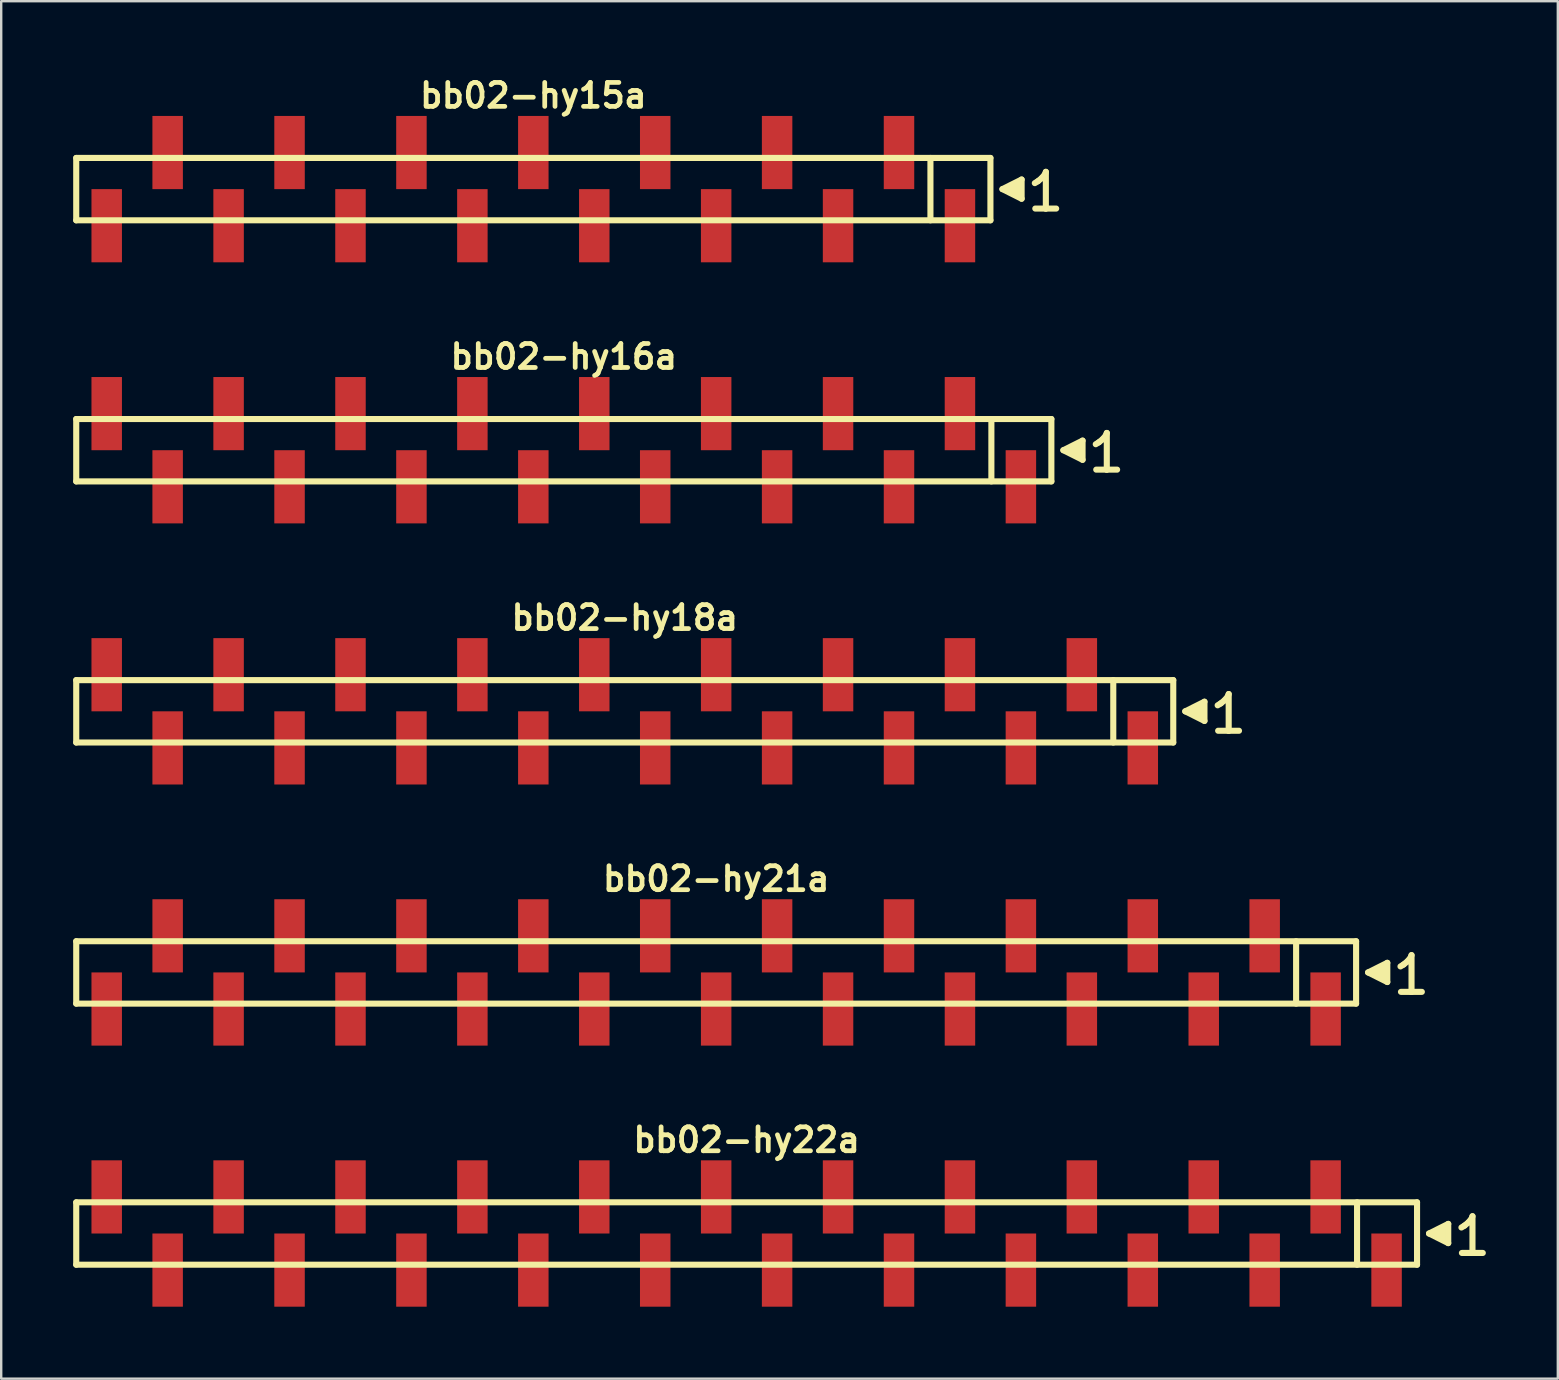
<source format=kicad_pcb>
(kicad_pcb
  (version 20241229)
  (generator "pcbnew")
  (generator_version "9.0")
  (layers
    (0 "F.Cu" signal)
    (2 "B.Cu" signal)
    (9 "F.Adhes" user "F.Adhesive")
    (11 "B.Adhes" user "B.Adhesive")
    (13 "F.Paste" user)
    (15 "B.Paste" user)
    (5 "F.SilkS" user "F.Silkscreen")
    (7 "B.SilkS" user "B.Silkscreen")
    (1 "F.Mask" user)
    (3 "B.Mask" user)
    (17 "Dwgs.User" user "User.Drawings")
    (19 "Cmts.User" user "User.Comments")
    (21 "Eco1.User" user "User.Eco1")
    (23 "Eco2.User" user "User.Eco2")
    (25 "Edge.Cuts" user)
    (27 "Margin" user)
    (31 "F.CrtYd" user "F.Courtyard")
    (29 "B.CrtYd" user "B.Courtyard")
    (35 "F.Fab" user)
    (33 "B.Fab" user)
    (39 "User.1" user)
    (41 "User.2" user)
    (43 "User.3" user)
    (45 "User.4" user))
  (footprint "bb02-hy18a"
    (layer "F.Cu")
    (at 22.987 26.595)
    (property "Reference" "bb02-hy18a" (at 0 -3.9 0) (layer "F.SilkS") (effects (font (size 0.998 0.998) (thickness 0.198))))
    (attr through_hole)
    (fp_line (start -22.86 -1.3) (end 22.86 -1.3) (stroke (width 0.254) (type solid)) (layer "F.SilkS"))
    (fp_line (start -22.86 1.3) (end -22.86 -1.3) (stroke (width 0.254) (type solid)) (layer "F.SilkS"))
    (fp_line (start 20.36 1.3) (end 20.36 -1.3) (stroke (width 0.254) (type solid)) (layer "F.SilkS"))
    (fp_line (start 22.86 -1.3) (end 22.86 1.3) (stroke (width 0.254) (type solid)) (layer "F.SilkS"))
    (fp_line (start 22.86 1.3) (end -22.86 1.3) (stroke (width 0.254) (type solid)) (layer "F.SilkS"))
    (fp_line (start 23.36 0) (end 24.16 0.4) (stroke (width 0.254) (type solid)) (layer "F.SilkS"))
    (fp_line (start 23.66 0.1) (end 23.66 -0.1) (stroke (width 0.254) (type solid)) (layer "F.SilkS"))
    (fp_line (start 23.76 -0.1) (end 23.76 0.1) (stroke (width 0.254) (type solid)) (layer "F.SilkS"))
    (fp_line (start 23.86 0.2) (end 23.86 -0.2) (stroke (width 0.254) (type solid)) (layer "F.SilkS"))
    (fp_line (start 23.96 -0.2) (end 23.96 0.2) (stroke (width 0.254) (type solid)) (layer "F.SilkS"))
    (fp_line (start 24.06 0.3) (end 24.06 -0.3) (stroke (width 0.254) (type solid)) (layer "F.SilkS"))
    (fp_line (start 24.16 -0.4) (end 23.36 0) (stroke (width 0.254) (type solid)) (layer "F.SilkS"))
    (fp_line (start 24.16 0.4) (end 24.16 -0.4) (stroke (width 0.254) (type solid)) (layer "F.SilkS"))
    (fp_line (start 24.71 -0.25) (end 24.84 -0.33) (stroke (width 0.254) (type solid)) (layer "F.SilkS"))
    (fp_line (start 24.84 -0.33) (end 25 -0.46) (stroke (width 0.254) (type solid)) (layer "F.SilkS"))
    (fp_line (start 25 -0.46) (end 25.14 -0.63) (stroke (width 0.254) (type solid)) (layer "F.SilkS"))
    (fp_line (start 25.14 -0.63) (end 25.17 -0.72) (stroke (width 0.254) (type solid)) (layer "F.SilkS"))
    (fp_line (start 25.17 -0.72) (end 25.17 0.81) (stroke (width 0.254) (type solid)) (layer "F.SilkS"))
    (fp_line (start 25.17 0.81) (end 24.73 0.81) (stroke (width 0.254) (type solid)) (layer "F.SilkS"))
    (fp_line (start 25.6 0.81) (end 25.16 0.81) (stroke (width 0.254) (type solid)) (layer "F.SilkS"))
    (pad "1" smd rect (at 21.59 1.525) (size 1.27 3.05) (layers "F.Cu" "F.Mask" "F.Paste"))
    (pad "2" smd rect (at 19.05 -1.525) (size 1.27 3.05) (layers "F.Cu" "F.Mask" "F.Paste"))
    (pad "3" smd rect (at 16.51 1.525) (size 1.27 3.05) (layers "F.Cu" "F.Mask" "F.Paste"))
    (pad "4" smd rect (at 13.97 -1.525) (size 1.27 3.05) (layers "F.Cu" "F.Mask" "F.Paste"))
    (pad "5" smd rect (at 11.43 1.525) (size 1.27 3.05) (layers "F.Cu" "F.Mask" "F.Paste"))
    (pad "6" smd rect (at 8.89 -1.525) (size 1.27 3.05) (layers "F.Cu" "F.Mask" "F.Paste"))
    (pad "7" smd rect (at 6.35 1.525) (size 1.27 3.05) (layers "F.Cu" "F.Mask" "F.Paste"))
    (pad "8" smd rect (at 3.81 -1.525) (size 1.27 3.05) (layers "F.Cu" "F.Mask" "F.Paste"))
    (pad "9" smd rect (at 1.27 1.525) (size 1.27 3.05) (layers "F.Cu" "F.Mask" "F.Paste"))
    (pad "10" smd rect (at -1.27 -1.525) (size 1.27 3.05) (layers "F.Cu" "F.Mask" "F.Paste"))
    (pad "11" smd rect (at -3.81 1.525) (size 1.27 3.05) (layers "F.Cu" "F.Mask" "F.Paste"))
    (pad "12" smd rect (at -6.35 -1.525) (size 1.27 3.05) (layers "F.Cu" "F.Mask" "F.Paste"))
    (pad "13" smd rect (at -8.89 1.525) (size 1.27 3.05) (layers "F.Cu" "F.Mask" "F.Paste"))
    (pad "14" smd rect (at -11.43 -1.525) (size 1.27 3.05) (layers "F.Cu" "F.Mask" "F.Paste"))
    (pad "15" smd rect (at -13.97 1.525) (size 1.27 3.05) (layers "F.Cu" "F.Mask" "F.Paste"))
    (pad "16" smd rect (at -16.51 -1.525) (size 1.27 3.05) (layers "F.Cu" "F.Mask" "F.Paste"))
    (pad "17" smd rect (at -19.05 1.525) (size 1.27 3.05) (layers "F.Cu" "F.Mask" "F.Paste"))
    (pad "18" smd rect (at -21.59 -1.525) (size 1.27 3.05) (layers "F.Cu" "F.Mask" "F.Paste")))
  (footprint "bb02-hy21a"
    (layer "F.Cu")
    (at 26.797 37.477)
    (property "Reference" "bb02-hy21a" (at 0 -3.9 0) (layer "F.SilkS") (effects (font (size 0.998 0.998) (thickness 0.198))))
    (attr through_hole)
    (fp_line (start -26.67 -1.3) (end 26.67 -1.3) (stroke (width 0.254) (type solid)) (layer "F.SilkS"))
    (fp_line (start -26.67 1.3) (end -26.67 -1.3) (stroke (width 0.254) (type solid)) (layer "F.SilkS"))
    (fp_line (start 24.17 1.3) (end 24.17 -1.3) (stroke (width 0.254) (type solid)) (layer "F.SilkS"))
    (fp_line (start 26.67 -1.3) (end 26.67 1.3) (stroke (width 0.254) (type solid)) (layer "F.SilkS"))
    (fp_line (start 26.67 1.3) (end -26.67 1.3) (stroke (width 0.254) (type solid)) (layer "F.SilkS"))
    (fp_line (start 27.17 0) (end 27.97 0.4) (stroke (width 0.254) (type solid)) (layer "F.SilkS"))
    (fp_line (start 27.47 0.1) (end 27.47 -0.1) (stroke (width 0.254) (type solid)) (layer "F.SilkS"))
    (fp_line (start 27.57 -0.1) (end 27.57 0.1) (stroke (width 0.254) (type solid)) (layer "F.SilkS"))
    (fp_line (start 27.67 0.2) (end 27.67 -0.2) (stroke (width 0.254) (type solid)) (layer "F.SilkS"))
    (fp_line (start 27.77 -0.2) (end 27.77 0.2) (stroke (width 0.254) (type solid)) (layer "F.SilkS"))
    (fp_line (start 27.87 0.3) (end 27.87 -0.3) (stroke (width 0.254) (type solid)) (layer "F.SilkS"))
    (fp_line (start 27.97 -0.4) (end 27.17 0) (stroke (width 0.254) (type solid)) (layer "F.SilkS"))
    (fp_line (start 27.97 0.4) (end 27.97 -0.4) (stroke (width 0.254) (type solid)) (layer "F.SilkS"))
    (fp_line (start 28.52 -0.25) (end 28.65 -0.33) (stroke (width 0.254) (type solid)) (layer "F.SilkS"))
    (fp_line (start 28.65 -0.33) (end 28.81 -0.46) (stroke (width 0.254) (type solid)) (layer "F.SilkS"))
    (fp_line (start 28.81 -0.46) (end 28.95 -0.63) (stroke (width 0.254) (type solid)) (layer "F.SilkS"))
    (fp_line (start 28.95 -0.63) (end 28.98 -0.72) (stroke (width 0.254) (type solid)) (layer "F.SilkS"))
    (fp_line (start 28.98 -0.72) (end 28.98 0.81) (stroke (width 0.254) (type solid)) (layer "F.SilkS"))
    (fp_line (start 28.98 0.81) (end 28.54 0.81) (stroke (width 0.254) (type solid)) (layer "F.SilkS"))
    (fp_line (start 29.41 0.81) (end 28.97 0.81) (stroke (width 0.254) (type solid)) (layer "F.SilkS"))
    (pad "1" smd rect (at 25.4 1.525) (size 1.27 3.05) (layers "F.Cu" "F.Mask" "F.Paste"))
    (pad "2" smd rect (at 22.86 -1.525) (size 1.27 3.05) (layers "F.Cu" "F.Mask" "F.Paste"))
    (pad "3" smd rect (at 20.32 1.525) (size 1.27 3.05) (layers "F.Cu" "F.Mask" "F.Paste"))
    (pad "4" smd rect (at 17.78 -1.525) (size 1.27 3.05) (layers "F.Cu" "F.Mask" "F.Paste"))
    (pad "5" smd rect (at 15.24 1.525) (size 1.27 3.05) (layers "F.Cu" "F.Mask" "F.Paste"))
    (pad "6" smd rect (at 12.7 -1.525) (size 1.27 3.05) (layers "F.Cu" "F.Mask" "F.Paste"))
    (pad "7" smd rect (at 10.16 1.525) (size 1.27 3.05) (layers "F.Cu" "F.Mask" "F.Paste"))
    (pad "8" smd rect (at 7.62 -1.525) (size 1.27 3.05) (layers "F.Cu" "F.Mask" "F.Paste"))
    (pad "9" smd rect (at 5.08 1.525) (size 1.27 3.05) (layers "F.Cu" "F.Mask" "F.Paste"))
    (pad "10" smd rect (at 2.54 -1.525) (size 1.27 3.05) (layers "F.Cu" "F.Mask" "F.Paste"))
    (pad "11" smd rect (at 0 1.525) (size 1.27 3.05) (layers "F.Cu" "F.Mask" "F.Paste"))
    (pad "12" smd rect (at -2.54 -1.525) (size 1.27 3.05) (layers "F.Cu" "F.Mask" "F.Paste"))
    (pad "13" smd rect (at -5.08 1.525) (size 1.27 3.05) (layers "F.Cu" "F.Mask" "F.Paste"))
    (pad "14" smd rect (at -7.62 -1.525) (size 1.27 3.05) (layers "F.Cu" "F.Mask" "F.Paste"))
    (pad "15" smd rect (at -10.16 1.525) (size 1.27 3.05) (layers "F.Cu" "F.Mask" "F.Paste"))
    (pad "16" smd rect (at -12.7 -1.525) (size 1.27 3.05) (layers "F.Cu" "F.Mask" "F.Paste"))
    (pad "17" smd rect (at -15.24 1.525) (size 1.27 3.05) (layers "F.Cu" "F.Mask" "F.Paste"))
    (pad "18" smd rect (at -17.78 -1.525) (size 1.27 3.05) (layers "F.Cu" "F.Mask" "F.Paste"))
    (pad "19" smd rect (at -20.32 1.525) (size 1.27 3.05) (layers "F.Cu" "F.Mask" "F.Paste"))
    (pad "20" smd rect (at -22.86 -1.525) (size 1.27 3.05) (layers "F.Cu" "F.Mask" "F.Paste"))
    (pad "21" smd rect (at -25.4 1.525) (size 1.27 3.05) (layers "F.Cu" "F.Mask" "F.Paste")))
  (footprint "bb02-hy16a"
    (layer "F.Cu")
    (at 20.447 15.713)
    (property "Reference" "bb02-hy16a" (at 0 -3.9 0) (layer "F.SilkS") (effects (font (size 0.998 0.998) (thickness 0.198))))
    (attr through_hole)
    (fp_line (start -20.32 -1.3) (end 20.32 -1.3) (stroke (width 0.254) (type solid)) (layer "F.SilkS"))
    (fp_line (start -20.32 1.3) (end -20.32 -1.3) (stroke (width 0.254) (type solid)) (layer "F.SilkS"))
    (fp_line (start 17.82 1.3) (end 17.82 -1.3) (stroke (width 0.254) (type solid)) (layer "F.SilkS"))
    (fp_line (start 20.32 -1.3) (end 20.32 1.3) (stroke (width 0.254) (type solid)) (layer "F.SilkS"))
    (fp_line (start 20.32 1.3) (end -20.32 1.3) (stroke (width 0.254) (type solid)) (layer "F.SilkS"))
    (fp_line (start 20.82 0) (end 21.62 0.4) (stroke (width 0.254) (type solid)) (layer "F.SilkS"))
    (fp_line (start 21.12 0.1) (end 21.12 -0.1) (stroke (width 0.254) (type solid)) (layer "F.SilkS"))
    (fp_line (start 21.22 -0.1) (end 21.22 0.1) (stroke (width 0.254) (type solid)) (layer "F.SilkS"))
    (fp_line (start 21.32 0.2) (end 21.32 -0.2) (stroke (width 0.254) (type solid)) (layer "F.SilkS"))
    (fp_line (start 21.42 -0.2) (end 21.42 0.2) (stroke (width 0.254) (type solid)) (layer "F.SilkS"))
    (fp_line (start 21.52 0.3) (end 21.52 -0.3) (stroke (width 0.254) (type solid)) (layer "F.SilkS"))
    (fp_line (start 21.62 -0.4) (end 20.82 0) (stroke (width 0.254) (type solid)) (layer "F.SilkS"))
    (fp_line (start 21.62 0.4) (end 21.62 -0.4) (stroke (width 0.254) (type solid)) (layer "F.SilkS"))
    (fp_line (start 22.17 -0.25) (end 22.3 -0.33) (stroke (width 0.254) (type solid)) (layer "F.SilkS"))
    (fp_line (start 22.3 -0.33) (end 22.46 -0.46) (stroke (width 0.254) (type solid)) (layer "F.SilkS"))
    (fp_line (start 22.46 -0.46) (end 22.6 -0.63) (stroke (width 0.254) (type solid)) (layer "F.SilkS"))
    (fp_line (start 22.6 -0.63) (end 22.63 -0.72) (stroke (width 0.254) (type solid)) (layer "F.SilkS"))
    (fp_line (start 22.63 -0.72) (end 22.63 0.81) (stroke (width 0.254) (type solid)) (layer "F.SilkS"))
    (fp_line (start 22.63 0.81) (end 22.19 0.81) (stroke (width 0.254) (type solid)) (layer "F.SilkS"))
    (fp_line (start 23.06 0.81) (end 22.62 0.81) (stroke (width 0.254) (type solid)) (layer "F.SilkS"))
    (pad "1" smd rect (at 19.05 1.525) (size 1.27 3.05) (layers "F.Cu" "F.Mask" "F.Paste"))
    (pad "2" smd rect (at 16.51 -1.525) (size 1.27 3.05) (layers "F.Cu" "F.Mask" "F.Paste"))
    (pad "3" smd rect (at 13.97 1.525) (size 1.27 3.05) (layers "F.Cu" "F.Mask" "F.Paste"))
    (pad "4" smd rect (at 11.43 -1.525) (size 1.27 3.05) (layers "F.Cu" "F.Mask" "F.Paste"))
    (pad "5" smd rect (at 8.89 1.525) (size 1.27 3.05) (layers "F.Cu" "F.Mask" "F.Paste"))
    (pad "6" smd rect (at 6.35 -1.525) (size 1.27 3.05) (layers "F.Cu" "F.Mask" "F.Paste"))
    (pad "7" smd rect (at 3.81 1.525) (size 1.27 3.05) (layers "F.Cu" "F.Mask" "F.Paste"))
    (pad "8" smd rect (at 1.27 -1.525) (size 1.27 3.05) (layers "F.Cu" "F.Mask" "F.Paste"))
    (pad "9" smd rect (at -1.27 1.525) (size 1.27 3.05) (layers "F.Cu" "F.Mask" "F.Paste"))
    (pad "10" smd rect (at -3.81 -1.525) (size 1.27 3.05) (layers "F.Cu" "F.Mask" "F.Paste"))
    (pad "11" smd rect (at -6.35 1.525) (size 1.27 3.05) (layers "F.Cu" "F.Mask" "F.Paste"))
    (pad "12" smd rect (at -8.89 -1.525) (size 1.27 3.05) (layers "F.Cu" "F.Mask" "F.Paste"))
    (pad "13" smd rect (at -11.43 1.525) (size 1.27 3.05) (layers "F.Cu" "F.Mask" "F.Paste"))
    (pad "14" smd rect (at -13.97 -1.525) (size 1.27 3.05) (layers "F.Cu" "F.Mask" "F.Paste"))
    (pad "15" smd rect (at -16.51 1.525) (size 1.27 3.05) (layers "F.Cu" "F.Mask" "F.Paste"))
    (pad "16" smd rect (at -19.05 -1.525) (size 1.27 3.05) (layers "F.Cu" "F.Mask" "F.Paste")))
  (footprint "bb02-hy22a"
    (layer "F.Cu")
    (at 28.067 48.358)
    (property "Reference" "bb02-hy22a" (at 0 -3.9 0) (layer "F.SilkS") (effects (font (size 0.998 0.998) (thickness 0.198))))
    (attr through_hole)
    (fp_line (start -27.94 -1.3) (end 27.94 -1.3) (stroke (width 0.254) (type solid)) (layer "F.SilkS"))
    (fp_line (start -27.94 1.3) (end -27.94 -1.3) (stroke (width 0.254) (type solid)) (layer "F.SilkS"))
    (fp_line (start 25.44 1.3) (end 25.44 -1.3) (stroke (width 0.254) (type solid)) (layer "F.SilkS"))
    (fp_line (start 27.94 -1.3) (end 27.94 1.3) (stroke (width 0.254) (type solid)) (layer "F.SilkS"))
    (fp_line (start 27.94 1.3) (end -27.94 1.3) (stroke (width 0.254) (type solid)) (layer "F.SilkS"))
    (fp_line (start 28.44 0) (end 29.24 0.4) (stroke (width 0.254) (type solid)) (layer "F.SilkS"))
    (fp_line (start 28.74 0.1) (end 28.74 -0.1) (stroke (width 0.254) (type solid)) (layer "F.SilkS"))
    (fp_line (start 28.84 -0.1) (end 28.84 0.1) (stroke (width 0.254) (type solid)) (layer "F.SilkS"))
    (fp_line (start 28.94 0.2) (end 28.94 -0.2) (stroke (width 0.254) (type solid)) (layer "F.SilkS"))
    (fp_line (start 29.04 -0.2) (end 29.04 0.2) (stroke (width 0.254) (type solid)) (layer "F.SilkS"))
    (fp_line (start 29.14 0.3) (end 29.14 -0.3) (stroke (width 0.254) (type solid)) (layer "F.SilkS"))
    (fp_line (start 29.24 -0.4) (end 28.44 0) (stroke (width 0.254) (type solid)) (layer "F.SilkS"))
    (fp_line (start 29.24 0.4) (end 29.24 -0.4) (stroke (width 0.254) (type solid)) (layer "F.SilkS"))
    (fp_line (start 29.79 -0.25) (end 29.92 -0.33) (stroke (width 0.254) (type solid)) (layer "F.SilkS"))
    (fp_line (start 29.92 -0.33) (end 30.08 -0.46) (stroke (width 0.254) (type solid)) (layer "F.SilkS"))
    (fp_line (start 30.08 -0.46) (end 30.22 -0.63) (stroke (width 0.254) (type solid)) (layer "F.SilkS"))
    (fp_line (start 30.22 -0.63) (end 30.25 -0.72) (stroke (width 0.254) (type solid)) (layer "F.SilkS"))
    (fp_line (start 30.25 -0.72) (end 30.25 0.81) (stroke (width 0.254) (type solid)) (layer "F.SilkS"))
    (fp_line (start 30.25 0.81) (end 29.81 0.81) (stroke (width 0.254) (type solid)) (layer "F.SilkS"))
    (fp_line (start 30.68 0.81) (end 30.24 0.81) (stroke (width 0.254) (type solid)) (layer "F.SilkS"))
    (pad "1" smd rect (at 26.67 1.525) (size 1.27 3.05) (layers "F.Cu" "F.Mask" "F.Paste"))
    (pad "2" smd rect (at 24.13 -1.525) (size 1.27 3.05) (layers "F.Cu" "F.Mask" "F.Paste"))
    (pad "3" smd rect (at 21.59 1.525) (size 1.27 3.05) (layers "F.Cu" "F.Mask" "F.Paste"))
    (pad "4" smd rect (at 19.05 -1.525) (size 1.27 3.05) (layers "F.Cu" "F.Mask" "F.Paste"))
    (pad "5" smd rect (at 16.51 1.525) (size 1.27 3.05) (layers "F.Cu" "F.Mask" "F.Paste"))
    (pad "6" smd rect (at 13.97 -1.525) (size 1.27 3.05) (layers "F.Cu" "F.Mask" "F.Paste"))
    (pad "7" smd rect (at 11.43 1.525) (size 1.27 3.05) (layers "F.Cu" "F.Mask" "F.Paste"))
    (pad "8" smd rect (at 8.89 -1.525) (size 1.27 3.05) (layers "F.Cu" "F.Mask" "F.Paste"))
    (pad "9" smd rect (at 6.35 1.525) (size 1.27 3.05) (layers "F.Cu" "F.Mask" "F.Paste"))
    (pad "10" smd rect (at 3.81 -1.525) (size 1.27 3.05) (layers "F.Cu" "F.Mask" "F.Paste"))
    (pad "11" smd rect (at 1.27 1.525) (size 1.27 3.05) (layers "F.Cu" "F.Mask" "F.Paste"))
    (pad "12" smd rect (at -1.27 -1.525) (size 1.27 3.05) (layers "F.Cu" "F.Mask" "F.Paste"))
    (pad "13" smd rect (at -3.81 1.525) (size 1.27 3.05) (layers "F.Cu" "F.Mask" "F.Paste"))
    (pad "14" smd rect (at -6.35 -1.525) (size 1.27 3.05) (layers "F.Cu" "F.Mask" "F.Paste"))
    (pad "15" smd rect (at -8.89 1.525) (size 1.27 3.05) (layers "F.Cu" "F.Mask" "F.Paste"))
    (pad "16" smd rect (at -11.43 -1.525) (size 1.27 3.05) (layers "F.Cu" "F.Mask" "F.Paste"))
    (pad "17" smd rect (at -13.97 1.525) (size 1.27 3.05) (layers "F.Cu" "F.Mask" "F.Paste"))
    (pad "18" smd rect (at -16.51 -1.525) (size 1.27 3.05) (layers "F.Cu" "F.Mask" "F.Paste"))
    (pad "19" smd rect (at -19.05 1.525) (size 1.27 3.05) (layers "F.Cu" "F.Mask" "F.Paste"))
    (pad "20" smd rect (at -21.59 -1.525) (size 1.27 3.05) (layers "F.Cu" "F.Mask" "F.Paste"))
    (pad "21" smd rect (at -24.13 1.525) (size 1.27 3.05) (layers "F.Cu" "F.Mask" "F.Paste"))
    (pad "22" smd rect (at -26.67 -1.525) (size 1.27 3.05) (layers "F.Cu" "F.Mask" "F.Paste")))
  (footprint "bb02-hy15a"
    (layer "F.Cu")
    (at 19.177 4.832)
    (property "Reference" "bb02-hy15a" (at 0 -3.9 0) (layer "F.SilkS") (effects (font (size 0.998 0.998) (thickness 0.198))))
    (attr through_hole)
    (fp_line (start -19.05 -1.3) (end 19.05 -1.3) (stroke (width 0.254) (type solid)) (layer "F.SilkS"))
    (fp_line (start -19.05 1.3) (end -19.05 -1.3) (stroke (width 0.254) (type solid)) (layer "F.SilkS"))
    (fp_line (start 16.55 1.3) (end 16.55 -1.3) (stroke (width 0.254) (type solid)) (layer "F.SilkS"))
    (fp_line (start 19.05 -1.3) (end 19.05 1.3) (stroke (width 0.254) (type solid)) (layer "F.SilkS"))
    (fp_line (start 19.05 1.3) (end -19.05 1.3) (stroke (width 0.254) (type solid)) (layer "F.SilkS"))
    (fp_line (start 19.55 0) (end 20.35 0.4) (stroke (width 0.254) (type solid)) (layer "F.SilkS"))
    (fp_line (start 19.85 0.1) (end 19.85 -0.1) (stroke (width 0.254) (type solid)) (layer "F.SilkS"))
    (fp_line (start 19.95 -0.1) (end 19.95 0.1) (stroke (width 0.254) (type solid)) (layer "F.SilkS"))
    (fp_line (start 20.05 0.2) (end 20.05 -0.2) (stroke (width 0.254) (type solid)) (layer "F.SilkS"))
    (fp_line (start 20.15 -0.2) (end 20.15 0.2) (stroke (width 0.254) (type solid)) (layer "F.SilkS"))
    (fp_line (start 20.25 0.3) (end 20.25 -0.3) (stroke (width 0.254) (type solid)) (layer "F.SilkS"))
    (fp_line (start 20.35 -0.4) (end 19.55 0) (stroke (width 0.254) (type solid)) (layer "F.SilkS"))
    (fp_line (start 20.35 0.4) (end 20.35 -0.4) (stroke (width 0.254) (type solid)) (layer "F.SilkS"))
    (fp_line (start 20.9 -0.25) (end 21.03 -0.33) (stroke (width 0.254) (type solid)) (layer "F.SilkS"))
    (fp_line (start 21.03 -0.33) (end 21.19 -0.46) (stroke (width 0.254) (type solid)) (layer "F.SilkS"))
    (fp_line (start 21.19 -0.46) (end 21.33 -0.63) (stroke (width 0.254) (type solid)) (layer "F.SilkS"))
    (fp_line (start 21.33 -0.63) (end 21.36 -0.72) (stroke (width 0.254) (type solid)) (layer "F.SilkS"))
    (fp_line (start 21.36 -0.72) (end 21.36 0.81) (stroke (width 0.254) (type solid)) (layer "F.SilkS"))
    (fp_line (start 21.36 0.81) (end 20.92 0.81) (stroke (width 0.254) (type solid)) (layer "F.SilkS"))
    (fp_line (start 21.79 0.81) (end 21.35 0.81) (stroke (width 0.254) (type solid)) (layer "F.SilkS"))
    (pad "1" smd rect (at 17.78 1.525) (size 1.27 3.05) (layers "F.Cu" "F.Mask" "F.Paste"))
    (pad "2" smd rect (at 15.24 -1.525) (size 1.27 3.05) (layers "F.Cu" "F.Mask" "F.Paste"))
    (pad "3" smd rect (at 12.7 1.525) (size 1.27 3.05) (layers "F.Cu" "F.Mask" "F.Paste"))
    (pad "4" smd rect (at 10.16 -1.525) (size 1.27 3.05) (layers "F.Cu" "F.Mask" "F.Paste"))
    (pad "5" smd rect (at 7.62 1.525) (size 1.27 3.05) (layers "F.Cu" "F.Mask" "F.Paste"))
    (pad "6" smd rect (at 5.08 -1.525) (size 1.27 3.05) (layers "F.Cu" "F.Mask" "F.Paste"))
    (pad "7" smd rect (at 2.54 1.525) (size 1.27 3.05) (layers "F.Cu" "F.Mask" "F.Paste"))
    (pad "8" smd rect (at 0 -1.525) (size 1.27 3.05) (layers "F.Cu" "F.Mask" "F.Paste"))
    (pad "9" smd rect (at -2.54 1.525) (size 1.27 3.05) (layers "F.Cu" "F.Mask" "F.Paste"))
    (pad "10" smd rect (at -5.08 -1.525) (size 1.27 3.05) (layers "F.Cu" "F.Mask" "F.Paste"))
    (pad "11" smd rect (at -7.62 1.525) (size 1.27 3.05) (layers "F.Cu" "F.Mask" "F.Paste"))
    (pad "12" smd rect (at -10.16 -1.525) (size 1.27 3.05) (layers "F.Cu" "F.Mask" "F.Paste"))
    (pad "13" smd rect (at -12.7 1.525) (size 1.27 3.05) (layers "F.Cu" "F.Mask" "F.Paste"))
    (pad "14" smd rect (at -15.24 -1.525) (size 1.27 3.05) (layers "F.Cu" "F.Mask" "F.Paste"))
    (pad "15" smd rect (at -17.78 1.525) (size 1.27 3.05) (layers "F.Cu" "F.Mask" "F.Paste")))
  (gr_rect
    (start -3 -3)
    (end 61.874 54.408)
    (stroke (width 0.1) (type default))
    (fill no)
    (layer "Edge.Cuts")))
</source>
